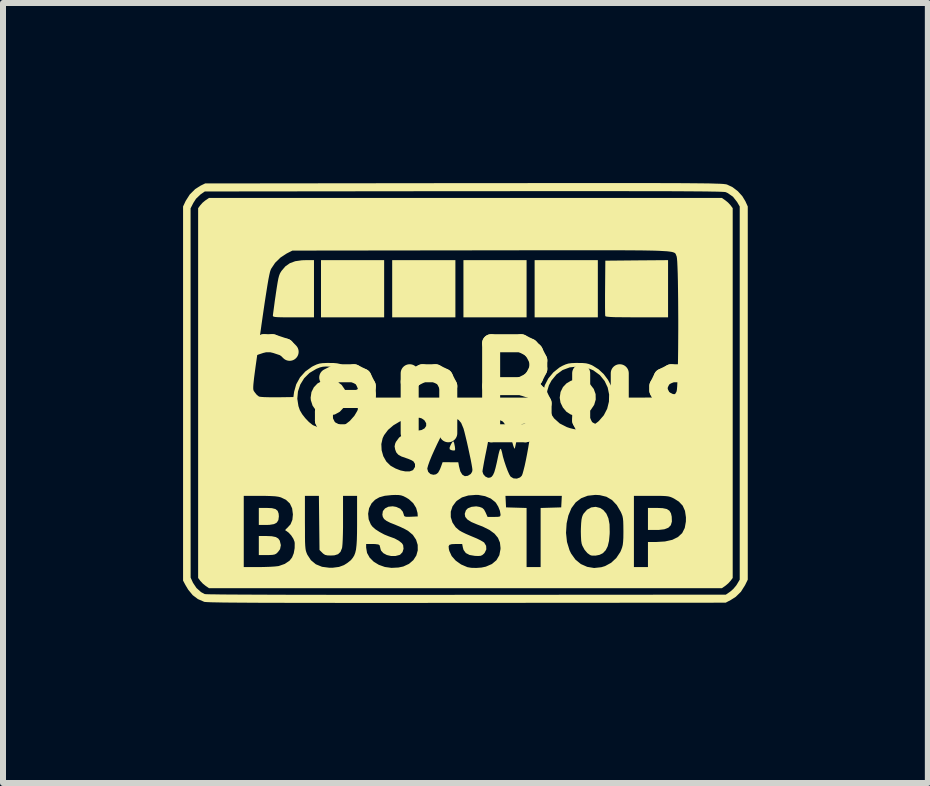
<source format=kicad_pcb>
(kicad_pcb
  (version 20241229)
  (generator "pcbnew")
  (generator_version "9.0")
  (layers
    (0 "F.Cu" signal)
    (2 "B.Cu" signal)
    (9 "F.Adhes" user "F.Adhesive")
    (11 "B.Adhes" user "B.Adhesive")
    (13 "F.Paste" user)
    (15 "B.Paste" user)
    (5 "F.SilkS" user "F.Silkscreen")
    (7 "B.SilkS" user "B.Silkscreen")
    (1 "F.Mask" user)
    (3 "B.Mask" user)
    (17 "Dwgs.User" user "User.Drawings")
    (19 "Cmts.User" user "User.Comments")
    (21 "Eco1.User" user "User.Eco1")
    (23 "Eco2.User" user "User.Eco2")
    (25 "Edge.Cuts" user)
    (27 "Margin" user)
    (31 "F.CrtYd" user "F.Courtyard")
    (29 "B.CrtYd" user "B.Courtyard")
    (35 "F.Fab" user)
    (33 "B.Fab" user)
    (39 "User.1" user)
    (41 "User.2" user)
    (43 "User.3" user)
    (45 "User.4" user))
  (footprint "CanBus"
    (layer "F.Cu")
    (at 4.704 3.49)
    (property "Reference" "CanBus" (at 0 0 0) (layer "F.SilkS") (effects (font (size 1.5 1.5) (thickness 0.3))))
    (attr board_only exclude_from_pos_files exclude_from_bom)
    (fp_poly (pts (xy -1.354 -1.73) (xy -1.354 -1.253) (xy -1.88 -1.253) (xy -2.406 -1.253) (xy -2.406 -1.73) (xy -2.406 -2.206) (xy -1.88 -2.206) (xy -1.354 -2.206)) (stroke (width 0) (type solid)) (fill yes) (layer "F.SilkS"))
    (fp_poly (pts (xy -0.167 -1.73) (xy -0.167 -1.253) (xy -0.693 -1.253) (xy -1.22 -1.253) (xy -1.22 -1.73) (xy -1.22 -2.206) (xy -0.693 -2.206) (xy -0.167 -2.206)) (stroke (width 0) (type solid)) (fill yes) (layer "F.SilkS"))
    (fp_poly (pts (xy 1.019 -1.73) (xy 1.019 -1.253) (xy 0.493 -1.253) (xy -0.033 -1.253) (xy -0.033 -1.73) (xy -0.033 -2.206) (xy 0.493 -2.206) (xy 1.019 -2.206)) (stroke (width 0) (type solid)) (fill yes) (layer "F.SilkS"))
    (fp_poly (pts (xy 2.206 -1.73) (xy 2.206 -1.253) (xy 1.679 -1.253) (xy 1.153 -1.253) (xy 1.153 -1.73) (xy 1.153 -2.206) (xy 1.679 -2.206) (xy 2.206 -2.206)) (stroke (width 0) (type solid)) (fill yes) (layer "F.SilkS"))
    (fp_poly (pts (xy -0.189 0.836) (xy -0.178 0.889) (xy -0.176 0.898) (xy -0.171 0.945) (xy -0.179 0.965) (xy -0.209 0.965) (xy -0.238 0.958) (xy -0.261 0.945) (xy -0.264 0.919) (xy -0.247 0.875) (xy -0.236 0.854) (xy -0.215 0.82) (xy -0.2 0.814)) (stroke (width 0) (type solid)) (fill yes) (layer "F.SilkS"))
    (fp_poly (pts (xy -3.224 1.926) (xy -3.165 1.941) (xy -3.129 1.97) (xy -3.112 2.016) (xy -3.108 2.063) (xy -3.116 2.124) (xy -3.142 2.166) (xy -3.19 2.192) (xy -3.264 2.204) (xy -3.319 2.206) (xy -3.442 2.206) (xy -3.442 2.064) (xy -3.442 1.922) (xy -3.312 1.922)) (stroke (width 0) (type solid)) (fill yes) (layer "F.SilkS"))
    (fp_poly (pts (xy 3.286 1.926) (xy 3.353 1.94) (xy 3.398 1.968) (xy 3.424 2.011) (xy 3.437 2.067) (xy 3.44 2.149) (xy 3.422 2.21) (xy 3.381 2.252) (xy 3.314 2.278) (xy 3.219 2.289) (xy 3.179 2.289) (xy 3.041 2.289) (xy 3.041 2.106) (xy 3.041 1.922) (xy 3.191 1.922)) (stroke (width 0) (type solid)) (fill yes) (layer "F.SilkS"))
    (fp_poly (pts (xy -3.226 2.394) (xy -3.162 2.407) (xy -3.119 2.431) (xy -3.093 2.467) (xy -3.075 2.542) (xy -3.088 2.609) (xy -3.124 2.658) (xy -3.15 2.683) (xy -3.177 2.697) (xy -3.212 2.704) (xy -3.265 2.707) (xy -3.307 2.707) (xy -3.442 2.707) (xy -3.442 2.548) (xy -3.442 2.39) (xy -3.318 2.39)) (stroke (width 0) (type solid)) (fill yes) (layer "F.SilkS"))
    (fp_poly (pts (xy 3.376 -1.73) (xy 3.376 -1.253) (xy 2.857 -1.253) (xy 2.704 -1.254) (xy 2.582 -1.255) (xy 2.488 -1.256) (xy 2.418 -1.259) (xy 2.371 -1.263) (xy 2.343 -1.267) (xy 2.331 -1.273) (xy 2.33 -1.274) (xy 2.328 -1.296) (xy 2.327 -1.347) (xy 2.326 -1.422) (xy 2.326 -1.516) (xy 2.326 -1.626) (xy 2.327 -1.746) (xy 2.327 -1.746) (xy 2.331 -2.197) (xy 2.853 -2.202) (xy 3.376 -2.206)) (stroke (width 0) (type solid)) (fill yes) (layer "F.SilkS"))
    (fp_poly (pts (xy -2.21 -0.209) (xy -2.138 -0.183) (xy -2.063 -0.128) (xy -2.011 -0.053) (xy -1.983 0.033) (xy -1.981 0.125) (xy -2.008 0.214) (xy -2.028 0.25) (xy -2.093 0.32) (xy -2.175 0.365) (xy -2.267 0.382) (xy -2.362 0.371) (xy -2.419 0.349) (xy -2.492 0.295) (xy -2.546 0.219) (xy -2.575 0.129) (xy -2.579 0.086) (xy -2.565 -0.008) (xy -2.525 -0.088) (xy -2.464 -0.152) (xy -2.387 -0.195) (xy -2.301 -0.216)) (stroke (width 0) (type solid)) (fill yes) (layer "F.SilkS"))
    (fp_poly (pts (xy 1.929 -0.214) (xy 2.014 -0.183) (xy 2.078 -0.137) (xy 2.138 -0.06) (xy 2.169 0.026) (xy 2.171 0.117) (xy 2.145 0.205) (xy 2.091 0.286) (xy 2.051 0.324) (xy 2.003 0.356) (xy 1.952 0.373) (xy 1.892 0.379) (xy 1.831 0.379) (xy 1.778 0.373) (xy 1.755 0.366) (xy 1.683 0.32) (xy 1.624 0.25) (xy 1.584 0.167) (xy 1.571 0.085) (xy 1.585 -0.01) (xy 1.625 -0.091) (xy 1.685 -0.154) (xy 1.759 -0.197) (xy 1.842 -0.218)) (stroke (width 0) (type solid)) (fill yes) (layer "F.SilkS"))
    (fp_poly (pts (xy -2.523 -1.73) (xy -2.523 -1.253) (xy -2.866 -1.253) (xy -2.981 -1.253) (xy -3.068 -1.254) (xy -3.129 -1.256) (xy -3.169 -1.259) (xy -3.193 -1.264) (xy -3.205 -1.271) (xy -3.208 -1.28) (xy -3.208 -1.283) (xy -3.205 -1.308) (xy -3.198 -1.36) (xy -3.188 -1.434) (xy -3.176 -1.525) (xy -3.161 -1.626) (xy -3.16 -1.635) (xy -3.143 -1.748) (xy -3.129 -1.834) (xy -3.117 -1.898) (xy -3.105 -1.944) (xy -3.092 -1.979) (xy -3.077 -2.007) (xy -3.064 -2.027) (xy -3 -2.102) (xy -2.925 -2.155) (xy -2.836 -2.188) (xy -2.724 -2.204) (xy -2.653 -2.206) (xy -2.523 -2.206)) (stroke (width 0) (type solid)) (fill yes) (layer "F.SilkS"))
    (fp_poly (pts (xy 2.245 1.923) (xy 2.297 1.957) (xy 2.348 2.017) (xy 2.382 2.095) (xy 2.401 2.195) (xy 2.404 2.321) (xy 2.403 2.357) (xy 2.392 2.472) (xy 2.371 2.56) (xy 2.338 2.626) (xy 2.291 2.675) (xy 2.287 2.678) (xy 2.234 2.704) (xy 2.167 2.717) (xy 2.105 2.716) (xy 2.079 2.708) (xy 2.031 2.674) (xy 1.984 2.618) (xy 1.948 2.551) (xy 1.937 2.519) (xy 1.929 2.47) (xy 1.925 2.398) (xy 1.923 2.314) (xy 1.924 2.265) (xy 1.928 2.179) (xy 1.934 2.118) (xy 1.943 2.075) (xy 1.956 2.04) (xy 1.969 2.017) (xy 2.026 1.952) (xy 2.095 1.914) (xy 2.17 1.904)) (stroke (width 0) (type solid)) (fill yes) (layer "F.SilkS"))
    (fp_poly (pts (xy 2.481 -3.49) (xy 2.731 -3.49) (xy 2.958 -3.49) (xy 3.161 -3.49) (xy 3.344 -3.489) (xy 3.506 -3.489) (xy 3.65 -3.488) (xy 3.776 -3.487) (xy 3.886 -3.486) (xy 3.981 -3.485) (xy 4.062 -3.484) (xy 4.13 -3.482) (xy 4.186 -3.48) (xy 4.232 -3.479) (xy 4.269 -3.477) (xy 4.299 -3.475) (xy 4.321 -3.472) (xy 4.339 -3.47) (xy 4.352 -3.467) (xy 4.359 -3.465) (xy 4.45 -3.422) (xy 4.538 -3.355) (xy 4.613 -3.272) (xy 4.664 -3.188) (xy 4.704 -3.1) (xy 4.704 0.008) (xy 4.704 3.117) (xy 4.659 3.209) (xy 4.59 3.319) (xy 4.503 3.404) (xy 4.421 3.456) (xy 4.336 3.501) (xy 0.025 3.504) (xy -0.441 3.504) (xy -0.875 3.505) (xy -1.277 3.505) (xy -1.649 3.505) (xy -1.992 3.505) (xy -2.307 3.504) (xy -2.594 3.504) (xy -2.856 3.504) (xy -3.092 3.503) (xy -3.304 3.503) (xy -3.493 3.502) (xy -3.661 3.501) (xy -3.807 3.5) (xy -3.934 3.499) (xy -4.041 3.498) (xy -4.131 3.496) (xy -4.204 3.495) (xy -4.262 3.493) (xy -4.305 3.491) (xy -4.334 3.489) (xy -4.351 3.487) (xy -4.353 3.486) (xy -4.457 3.441) (xy -4.543 3.376) (xy -4.618 3.285) (xy -4.664 3.208) (xy -4.704 3.133) (xy -4.704 0.017) (xy -4.704 -3.069) (xy -4.579 -3.069) (xy -4.579 0.007) (xy -4.578 3.083) (xy -4.539 3.169) (xy -4.481 3.256) (xy -4.404 3.325) (xy -4.344 3.357) (xy -4.323 3.359) (xy -4.268 3.361) (xy -4.18 3.362) (xy -4.06 3.364) (xy -3.907 3.365) (xy -3.723 3.366) (xy -3.506 3.367) (xy -3.258 3.368) (xy -2.979 3.369) (xy -2.668 3.37) (xy -2.327 3.37) (xy -1.955 3.371) (xy -1.553 3.371) (xy -1.121 3.371) (xy -0.66 3.371) (xy -0.169 3.37) (xy 0.018 3.37) (xy 4.339 3.367) (xy 4.41 3.318) (xy 4.462 3.273) (xy 4.511 3.215) (xy 4.525 3.193) (xy 4.57 3.117) (xy 4.57 0.008) (xy 4.57 -3.1) (xy 4.526 -3.175) (xy 4.458 -3.262) (xy 4.371 -3.323) (xy 4.336 -3.339) (xy 4.324 -3.341) (xy 4.297 -3.343) (xy 4.254 -3.345) (xy 4.195 -3.347) (xy 4.119 -3.348) (xy 4.024 -3.35) (xy 3.91 -3.351) (xy 3.776 -3.352) (xy 3.62 -3.353) (xy 3.442 -3.354) (xy 3.241 -3.355) (xy 3.016 -3.355) (xy 2.766 -3.355) (xy 2.489 -3.356) (xy 2.186 -3.356) (xy 1.854 -3.356) (xy 1.493 -3.356) (xy 1.102 -3.356) (xy 0.681 -3.355) (xy 0.227 -3.355) (xy -0.028 -3.355) (xy -4.342 -3.35) (xy -4.414 -3.3) (xy -4.488 -3.229) (xy -4.533 -3.159) (xy -4.579 -3.069) (xy -4.704 -3.069) (xy -4.704 -3.1) (xy -4.661 -3.192) (xy -4.593 -3.299) (xy -4.502 -3.39) (xy -4.412 -3.447) (xy -4.336 -3.484) (xy -0.033 -3.489) (xy 0.416 -3.489) (xy 0.834 -3.489) (xy 1.221 -3.49) (xy 1.577 -3.49) (xy 1.906 -3.49) (xy 2.207 -3.49)) (stroke (width 0) (type solid)) (fill yes) (layer "F.SilkS"))
    (fp_poly (pts (xy 4.328 -3.204) (xy 4.375 -3.166) (xy 4.415 -3.123) (xy 4.418 -3.119) (xy 4.453 -3.072) (xy 4.453 0.008) (xy 4.453 3.089) (xy 4.418 3.136) (xy 4.38 3.178) (xy 4.333 3.218) (xy 4.328 3.221) (xy 4.273 3.259) (xy 0 3.259) (xy -4.273 3.259) (xy -4.328 3.221) (xy -4.375 3.183) (xy -4.415 3.14) (xy -4.418 3.136) (xy -4.453 3.089) (xy -4.453 2.314) (xy -3.693 2.314) (xy -3.693 2.908) (xy -3.443 2.908) (xy -3.347 2.906) (xy -3.256 2.903) (xy -3.178 2.898) (xy -3.122 2.892) (xy -3.11 2.89) (xy -3.01 2.855) (xy -2.931 2.802) (xy -2.888 2.747) (xy -2.86 2.677) (xy -2.845 2.592) (xy -2.844 2.507) (xy -2.848 2.483) (xy -2.867 2.435) (xy -2.902 2.381) (xy -2.945 2.334) (xy -2.986 2.304) (xy -2.991 2.303) (xy -3.002 2.292) (xy -2.989 2.273) (xy -2.97 2.257) (xy -2.914 2.196) (xy -2.883 2.121) (xy -2.874 2.03) (xy -2.887 1.929) (xy -2.925 1.848) (xy -2.99 1.787) (xy -3.073 1.747) (xy -3.115 1.736) (xy -3.172 1.728) (xy -3.25 1.724) (xy -3.353 1.721) (xy -3.419 1.721) (xy -2.674 1.721) (xy -2.674 2.168) (xy -2.673 2.302) (xy -2.673 2.408) (xy -2.672 2.488) (xy -2.669 2.549) (xy -2.665 2.594) (xy -2.66 2.628) (xy -2.652 2.656) (xy -2.642 2.682) (xy -2.634 2.701) (xy -2.574 2.793) (xy -2.492 2.861) (xy -2.389 2.903) (xy -2.266 2.919) (xy -2.214 2.919) (xy -2.106 2.905) (xy -2.024 2.875) (xy -1.968 2.84) (xy -1.915 2.798) (xy -1.902 2.785) (xy -1.875 2.751) (xy -1.853 2.715) (xy -1.836 2.671) (xy -1.823 2.617) (xy -1.815 2.547) (xy -1.813 2.523) (xy -1.654 2.523) (xy -1.654 2.583) (xy -1.639 2.672) (xy -1.595 2.751) (xy -1.528 2.818) (xy -1.443 2.87) (xy -1.342 2.906) (xy -1.232 2.921) (xy -1.116 2.915) (xy -1.035 2.898) (xy -0.94 2.854) (xy -0.867 2.791) (xy -0.818 2.715) (xy -0.794 2.629) (xy -0.795 2.562) (xy -0.28 2.562) (xy -0.276 2.607) (xy -0.268 2.639) (xy -0.229 2.724) (xy -0.162 2.8) (xy -0.072 2.864) (xy 0.033 2.909) (xy 0.098 2.92) (xy 0.181 2.922) (xy 0.266 2.916) (xy 0.338 2.901) (xy 0.339 2.901) (xy 0.441 2.857) (xy 0.517 2.793) (xy 0.565 2.71) (xy 0.584 2.61) (xy 0.585 2.59) (xy 0.575 2.499) (xy 0.542 2.42) (xy 0.485 2.351) (xy 0.402 2.29) (xy 0.288 2.233) (xy 0.196 2.198) (xy 0.099 2.157) (xy 0.033 2.115) (xy -0.003 2.071) (xy -0.011 2.023) (xy -0.01 2.016) (xy 0.008 1.962) (xy 0.041 1.928) (xy 0.098 1.906) (xy 0.102 1.904) (xy 0.18 1.896) (xy 0.235 1.905) (xy 0.281 1.922) (xy 0.31 1.949) (xy 0.336 1.997) (xy 0.336 1.998) (xy 0.369 2.072) (xy 0.477 2.072) (xy 0.535 2.071) (xy 0.567 2.067) (xy 0.581 2.057) (xy 0.585 2.037) (xy 0.585 2.03) (xy 0.574 1.969) (xy 0.547 1.901) (xy 0.509 1.839) (xy 0.496 1.824) (xy 0.423 1.766) (xy 0.327 1.726) (xy 0.299 1.721) (xy 0.667 1.721) (xy 0.672 1.817) (xy 0.677 1.913) (xy 0.848 1.918) (xy 1.019 1.923) (xy 1.019 2.415) (xy 1.019 2.908) (xy 1.136 2.908) (xy 1.253 2.908) (xy 1.253 2.415) (xy 1.253 2.338) (xy 1.676 2.338) (xy 1.692 2.489) (xy 1.734 2.626) (xy 1.76 2.681) (xy 1.832 2.782) (xy 1.923 2.857) (xy 2.029 2.904) (xy 2.144 2.923) (xy 2.264 2.91) (xy 2.327 2.891) (xy 2.428 2.836) (xy 2.514 2.756) (xy 2.58 2.657) (xy 2.594 2.625) (xy 2.61 2.582) (xy 2.621 2.539) (xy 2.627 2.488) (xy 2.631 2.421) (xy 2.632 2.332) (xy 2.632 2.314) (xy 2.807 2.314) (xy 2.807 2.908) (xy 2.924 2.908) (xy 3.041 2.908) (xy 3.041 2.699) (xy 3.041 2.49) (xy 3.174 2.49) (xy 3.324 2.481) (xy 3.446 2.454) (xy 3.541 2.407) (xy 3.611 2.342) (xy 3.654 2.256) (xy 3.673 2.149) (xy 3.674 2.079) (xy 3.658 1.971) (xy 3.62 1.885) (xy 3.556 1.817) (xy 3.477 1.767) (xy 3.443 1.75) (xy 3.412 1.738) (xy 3.379 1.73) (xy 3.337 1.725) (xy 3.281 1.722) (xy 3.203 1.721) (xy 3.098 1.721) (xy 3.097 1.721) (xy 2.807 1.721) (xy 2.807 2.314) (xy 2.632 2.314) (xy 2.632 2.306) (xy 2.631 2.213) (xy 2.629 2.145) (xy 2.624 2.095) (xy 2.616 2.056) (xy 2.602 2.019) (xy 2.589 1.989) (xy 2.522 1.875) (xy 2.443 1.791) (xy 2.349 1.736) (xy 2.238 1.709) (xy 2.165 1.705) (xy 2.037 1.719) (xy 1.928 1.761) (xy 1.837 1.83) (xy 1.766 1.926) (xy 1.715 2.049) (xy 1.686 2.18) (xy 1.676 2.338) (xy 1.253 2.338) (xy 1.253 1.923) (xy 1.425 1.918) (xy 1.596 1.913) (xy 1.601 1.817) (xy 1.606 1.721) (xy 1.136 1.721) (xy 0.667 1.721) (xy 0.299 1.721) (xy 0.217 1.706) (xy 0.174 1.705) (xy 0.047 1.715) (xy -0.058 1.747) (xy -0.142 1.803) (xy -0.157 1.817) (xy -0.215 1.896) (xy -0.244 1.984) (xy -0.244 2.076) (xy -0.216 2.165) (xy -0.162 2.245) (xy -0.104 2.295) (xy -0.06 2.321) (xy 0.005 2.353) (xy 0.079 2.385) (xy 0.117 2.401) (xy 0.189 2.431) (xy 0.252 2.462) (xy 0.298 2.489) (xy 0.313 2.5) (xy 0.345 2.554) (xy 0.348 2.613) (xy 0.321 2.67) (xy 0.308 2.685) (xy 0.281 2.708) (xy 0.253 2.72) (xy 0.213 2.723) (xy 0.158 2.721) (xy 0.069 2.706) (xy 0.007 2.674) (xy -0.031 2.622) (xy -0.043 2.579) (xy -0.054 2.523) (xy -0.161 2.523) (xy -0.228 2.526) (xy -0.266 2.537) (xy -0.28 2.562) (xy -0.795 2.562) (xy -0.795 2.539) (xy -0.822 2.452) (xy -0.876 2.371) (xy -0.956 2.304) (xy -1.012 2.273) (xy -1.085 2.238) (xy -1.159 2.207) (xy -1.165 2.204) (xy -1.254 2.169) (xy -1.316 2.137) (xy -1.355 2.107) (xy -1.376 2.072) (xy -1.384 2.034) (xy -1.375 1.975) (xy -1.339 1.93) (xy -1.283 1.902) (xy -1.212 1.895) (xy -1.153 1.905) (xy -1.086 1.935) (xy -1.044 1.984) (xy -1.029 2.027) (xy -1.022 2.052) (xy -1.009 2.065) (xy -0.983 2.07) (xy -0.935 2.07) (xy -0.906 2.069) (xy -0.794 2.064) (xy -0.798 2.005) (xy -0.821 1.922) (xy -0.87 1.843) (xy -0.942 1.777) (xy -0.986 1.75) (xy -1.033 1.726) (xy -1.072 1.713) (xy -1.115 1.707) (xy -1.172 1.706) (xy -1.228 1.708) (xy -1.344 1.72) (xy -1.434 1.745) (xy -1.505 1.786) (xy -1.563 1.845) (xy -1.564 1.846) (xy -1.605 1.927) (xy -1.621 2.019) (xy -1.612 2.112) (xy -1.577 2.196) (xy -1.551 2.232) (xy -1.501 2.277) (xy -1.43 2.323) (xy -1.352 2.365) (xy -1.276 2.396) (xy -1.27 2.398) (xy -1.181 2.43) (xy -1.109 2.469) (xy -1.058 2.51) (xy -1.038 2.541) (xy -1.031 2.603) (xy -1.048 2.659) (xy -1.087 2.7) (xy -1.096 2.705) (xy -1.165 2.723) (xy -1.239 2.723) (xy -1.309 2.707) (xy -1.367 2.676) (xy -1.405 2.634) (xy -1.413 2.612) (xy -1.423 2.57) (xy -1.43 2.544) (xy -1.451 2.531) (xy -1.505 2.524) (xy -1.545 2.523) (xy -1.654 2.523) (xy -1.813 2.523) (xy -1.809 2.457) (xy -1.806 2.344) (xy -1.805 2.203) (xy -1.805 2.144) (xy -1.805 1.721) (xy -1.922 1.721) (xy -2.039 1.721) (xy -2.039 2.126) (xy -2.039 2.243) (xy -2.041 2.352) (xy -2.044 2.447) (xy -2.048 2.523) (xy -2.053 2.574) (xy -2.056 2.592) (xy -2.082 2.655) (xy -2.122 2.693) (xy -2.183 2.712) (xy -2.241 2.715) (xy -2.3 2.713) (xy -2.339 2.704) (xy -2.371 2.683) (xy -2.385 2.669) (xy -2.431 2.623) (xy -2.436 2.172) (xy -2.441 1.721) (xy -2.557 1.721) (xy -2.674 1.721) (xy -3.419 1.721) (xy -3.693 1.721) (xy -3.693 2.314) (xy -4.453 2.314) (xy -4.453 0.858) (xy -1.401 0.858) (xy -1.396 0.961) (xy -1.368 1.061) (xy -1.318 1.149) (xy -1.249 1.217) (xy -1.247 1.219) (xy -1.165 1.265) (xy -1.08 1.298) (xy -1 1.314) (xy -0.93 1.314) (xy -0.879 1.295) (xy -0.869 1.287) (xy -0.86 1.271) (xy -0.635 1.271) (xy -0.62 1.322) (xy -0.582 1.358) (xy -0.533 1.37) (xy -0.49 1.362) (xy -0.455 1.335) (xy -0.426 1.283) (xy -0.409 1.241) (xy -0.38 1.16) (xy -0.249 1.161) (xy -0.119 1.161) (xy -0.107 1.228) (xy -0.085 1.313) (xy -0.052 1.368) (xy -0.01 1.393) (xy 0.04 1.387) (xy 0.088 1.357) (xy 0.111 1.321) (xy 0.112 1.316) (xy 0.284 1.316) (xy 0.298 1.36) (xy 0.332 1.399) (xy 0.374 1.419) (xy 0.384 1.42) (xy 0.414 1.416) (xy 0.438 1.402) (xy 0.46 1.373) (xy 0.481 1.327) (xy 0.501 1.258) (xy 0.523 1.165) (xy 0.549 1.042) (xy 0.551 1.032) (xy 0.564 0.981) (xy 0.576 0.946) (xy 0.584 0.936) (xy 0.596 0.95) (xy 0.607 0.987) (xy 0.61 0.998) (xy 0.625 1.067) (xy 0.648 1.146) (xy 0.675 1.227) (xy 0.703 1.302) (xy 0.729 1.361) (xy 0.751 1.398) (xy 0.753 1.401) (xy 0.801 1.43) (xy 0.857 1.434) (xy 0.91 1.414) (xy 0.938 1.387) (xy 0.951 1.357) (xy 0.967 1.3) (xy 0.987 1.221) (xy 1.007 1.128) (xy 1.027 1.026) (xy 1.046 0.921) (xy 1.063 0.82) (xy 1.076 0.727) (xy 1.08 0.689) (xy 1.081 0.608) (xy 1.065 0.554) (xy 1.029 0.525) (xy 0.986 0.518) (xy 0.947 0.524) (xy 0.918 0.546) (xy 0.895 0.588) (xy 0.876 0.653) (xy 0.858 0.748) (xy 0.857 0.759) (xy 0.845 0.831) (xy 0.833 0.889) (xy 0.824 0.926) (xy 0.819 0.936) (xy 0.81 0.921) (xy 0.796 0.882) (xy 0.78 0.826) (xy 0.778 0.819) (xy 0.749 0.722) (xy 0.714 0.632) (xy 0.676 0.556) (xy 0.639 0.501) (xy 0.616 0.478) (xy 0.558 0.454) (xy 0.501 0.457) (xy 0.454 0.484) (xy 0.424 0.531) (xy 0.418 0.572) (xy 0.414 0.605) (xy 0.405 0.665) (xy 0.391 0.745) (xy 0.373 0.84) (xy 0.353 0.943) (xy 0.351 0.953) (xy 0.33 1.055) (xy 0.312 1.148) (xy 0.298 1.226) (xy 0.288 1.283) (xy 0.284 1.314) (xy 0.284 1.316) (xy 0.112 1.316) (xy 0.117 1.291) (xy 0.113 1.256) (xy 0.103 1.196) (xy 0.088 1.116) (xy 0.068 1.023) (xy 0.047 0.925) (xy 0.025 0.826) (xy 0.003 0.735) (xy -0.016 0.657) (xy -0.032 0.599) (xy -0.036 0.589) (xy -0.071 0.506) (xy -0.114 0.455) (xy -0.162 0.435) (xy -0.214 0.447) (xy -0.262 0.485) (xy -0.292 0.523) (xy -0.33 0.585) (xy -0.374 0.666) (xy -0.422 0.758) (xy -0.471 0.858) (xy -0.518 0.959) (xy -0.561 1.055) (xy -0.596 1.141) (xy -0.621 1.212) (xy -0.634 1.26) (xy -0.635 1.271) (xy -0.86 1.271) (xy -0.84 1.239) (xy -0.84 1.189) (xy -0.866 1.147) (xy -0.899 1.127) (xy -0.951 1.105) (xy -0.986 1.093) (xy -1.066 1.065) (xy -1.119 1.035) (xy -1.152 0.997) (xy -1.17 0.95) (xy -1.18 0.897) (xy -1.171 0.853) (xy -1.158 0.822) (xy -1.105 0.75) (xy -1.027 0.693) (xy -0.931 0.654) (xy -0.824 0.636) (xy -0.798 0.635) (xy -0.73 0.624) (xy -0.681 0.597) (xy -0.654 0.557) (xy -0.654 0.511) (xy -0.681 0.465) (xy -0.698 0.451) (xy -0.728 0.431) (xy -0.761 0.421) (xy -0.81 0.419) (xy -0.861 0.421) (xy -0.979 0.44) (xy -1.094 0.483) (xy -1.199 0.545) (xy -1.289 0.622) (xy -1.355 0.71) (xy -1.379 0.76) (xy -1.401 0.858) (xy -4.453 0.858) (xy -4.453 0.103) (xy -2.801 0.103) (xy -2.782 0.226) (xy -2.758 0.295) (xy -2.721 0.359) (xy -2.668 0.427) (xy -2.608 0.49) (xy -2.55 0.537) (xy -2.533 0.547) (xy -2.41 0.593) (xy -2.278 0.608) (xy -2.141 0.592) (xy -2.105 0.582) (xy -2.013 0.54) (xy -1.926 0.473) (xy -1.85 0.387) (xy -1.793 0.291) (xy -1.769 0.226) (xy -1.755 0.128) (xy -1.76 0.02) (xy -1.782 -0.086) (xy -1.814 -0.165) (xy -1.887 -0.272) (xy -1.978 -0.351) (xy -2.087 -0.403) (xy -2.217 -0.429) (xy -2.249 -0.431) (xy -2.322 -0.434) (xy -2.376 -0.43) (xy -2.423 -0.419) (xy -2.478 -0.397) (xy -2.488 -0.392) (xy -2.599 -0.326) (xy -2.687 -0.238) (xy -2.751 -0.134) (xy -2.79 -0.018) (xy -2.801 0.103) (xy -4.453 0.103) (xy -4.453 0.008) (xy -4.453 -0.093) (xy -3.535 -0.093) (xy -3.535 -0.066) (xy -3.533 -0.047) (xy -3.529 -0.034) (xy -3.524 -0.024) (xy -3.517 -0.014) (xy -3.51 -0.004) (xy -3.477 0.037) (xy -3.443 0.064) (xy -3.438 0.067) (xy -3.409 0.072) (xy -3.353 0.076) (xy -3.277 0.078) (xy -3.188 0.079) (xy -3.133 0.079) (xy -2.866 0.075) (xy -2.854 -0.013) (xy -2.819 -0.137) (xy -2.756 -0.252) (xy -2.667 -0.351) (xy -2.557 -0.43) (xy -2.526 -0.446) (xy -2.476 -0.469) (xy -2.431 -0.483) (xy -2.38 -0.49) (xy -2.311 -0.493) (xy -2.273 -0.493) (xy -2.194 -0.492) (xy -2.138 -0.487) (xy -2.092 -0.477) (xy -2.047 -0.459) (xy -2.017 -0.444) (xy -1.905 -0.37) (xy -1.812 -0.274) (xy -1.742 -0.163) (xy -1.7 -0.041) (xy -1.693 0.004) (xy -1.683 0.084) (xy -0.201 0.084) (xy 1.282 0.084) (xy 1.282 0.082) (xy 1.353 0.082) (xy 1.362 0.192) (xy 1.389 0.291) (xy 1.401 0.318) (xy 1.477 0.43) (xy 1.573 0.516) (xy 1.691 0.576) (xy 1.742 0.593) (xy 1.807 0.609) (xy 1.854 0.616) (xy 1.9 0.613) (xy 1.959 0.603) (xy 1.975 0.6) (xy 2.065 0.575) (xy 2.137 0.54) (xy 2.208 0.487) (xy 2.224 0.473) (xy 2.306 0.378) (xy 2.362 0.269) (xy 2.391 0.152) (xy 2.394 0.032) (xy 2.37 -0.085) (xy 2.319 -0.193) (xy 2.242 -0.288) (xy 2.234 -0.295) (xy 2.13 -0.371) (xy 2.019 -0.416) (xy 1.893 -0.434) (xy 1.87 -0.434) (xy 1.737 -0.419) (xy 1.619 -0.375) (xy 1.518 -0.302) (xy 1.435 -0.202) (xy 1.391 -0.121) (xy 1.363 -0.027) (xy 1.353 0.082) (xy 1.282 0.082) (xy 1.292 0.000016) (xy 1.322 -0.121) (xy 1.381 -0.235) (xy 1.465 -0.336) (xy 1.567 -0.418) (xy 1.619 -0.447) (xy 1.669 -0.469) (xy 1.714 -0.483) (xy 1.765 -0.49) (xy 1.834 -0.493) (xy 1.872 -0.493) (xy 1.951 -0.492) (xy 2.009 -0.487) (xy 2.055 -0.476) (xy 2.102 -0.458) (xy 2.125 -0.446) (xy 2.22 -0.386) (xy 2.305 -0.306) (xy 2.375 -0.212) (xy 2.427 -0.113) (xy 2.454 -0.015) (xy 2.456 0.026) (xy 2.456 0.084) (xy 2.925 0.084) (xy 3.074 0.083) (xy 3.194 0.082) (xy 3.287 0.079) (xy 3.358 0.074) (xy 3.411 0.066) (xy 3.449 0.055) (xy 3.476 0.04) (xy 3.496 0.02) (xy 3.512 -0.006) (xy 3.517 -0.016) (xy 3.523 -0.044) (xy 3.528 -0.101) (xy 3.532 -0.186) (xy 3.536 -0.293) (xy 3.539 -0.419) (xy 3.542 -0.561) (xy 3.544 -0.716) (xy 3.545 -0.88) (xy 3.546 -1.049) (xy 3.546 -1.22) (xy 3.545 -1.39) (xy 3.544 -1.554) (xy 3.542 -1.71) (xy 3.54 -1.854) (xy 3.537 -1.983) (xy 3.533 -2.092) (xy 3.529 -2.179) (xy 3.524 -2.24) (xy 3.518 -2.272) (xy 3.517 -2.273) (xy 3.512 -2.285) (xy 3.508 -2.296) (xy 3.504 -2.306) (xy 3.498 -2.316) (xy 3.49 -2.324) (xy 3.477 -2.331) (xy 3.458 -2.338) (xy 3.433 -2.344) (xy 3.399 -2.349) (xy 3.355 -2.354) (xy 3.3 -2.357) (xy 3.232 -2.361) (xy 3.15 -2.364) (xy 3.052 -2.366) (xy 2.938 -2.368) (xy 2.805 -2.369) (xy 2.652 -2.37) (xy 2.479 -2.371) (xy 2.283 -2.371) (xy 2.063 -2.371) (xy 1.817 -2.371) (xy 1.545 -2.371) (xy 1.245 -2.37) (xy 0.915 -2.37) (xy 0.554 -2.369) (xy 0.255 -2.369) (xy -2.883 -2.365) (xy -2.979 -2.316) (xy -3.081 -2.249) (xy -3.17 -2.162) (xy -3.235 -2.065) (xy -3.245 -2.043) (xy -3.255 -2.013) (xy -3.267 -1.961) (xy -3.282 -1.886) (xy -3.299 -1.786) (xy -3.319 -1.66) (xy -3.343 -1.506) (xy -3.37 -1.322) (xy -3.401 -1.107) (xy -3.401 -1.105) (xy -3.431 -0.893) (xy -3.456 -0.713) (xy -3.478 -0.56) (xy -3.496 -0.433) (xy -3.51 -0.329) (xy -3.521 -0.245) (xy -3.528 -0.18) (xy -3.533 -0.13) (xy -3.535 -0.093) (xy -4.453 -0.093) (xy -4.453 -3.072) (xy -4.418 -3.119) (xy -4.38 -3.162) (xy -4.333 -3.201) (xy -4.328 -3.204) (xy -4.273 -3.242) (xy 0 -3.242) (xy 4.273 -3.242)) (stroke (width 0) (type solid)) (fill yes) (layer "F.SilkS")))
  (gr_rect
    (start -3 -3)
    (end 12.408 9.995)
    (stroke (width 0.1) (type default))
    (fill no)
    (layer "Edge.Cuts")))
</source>
